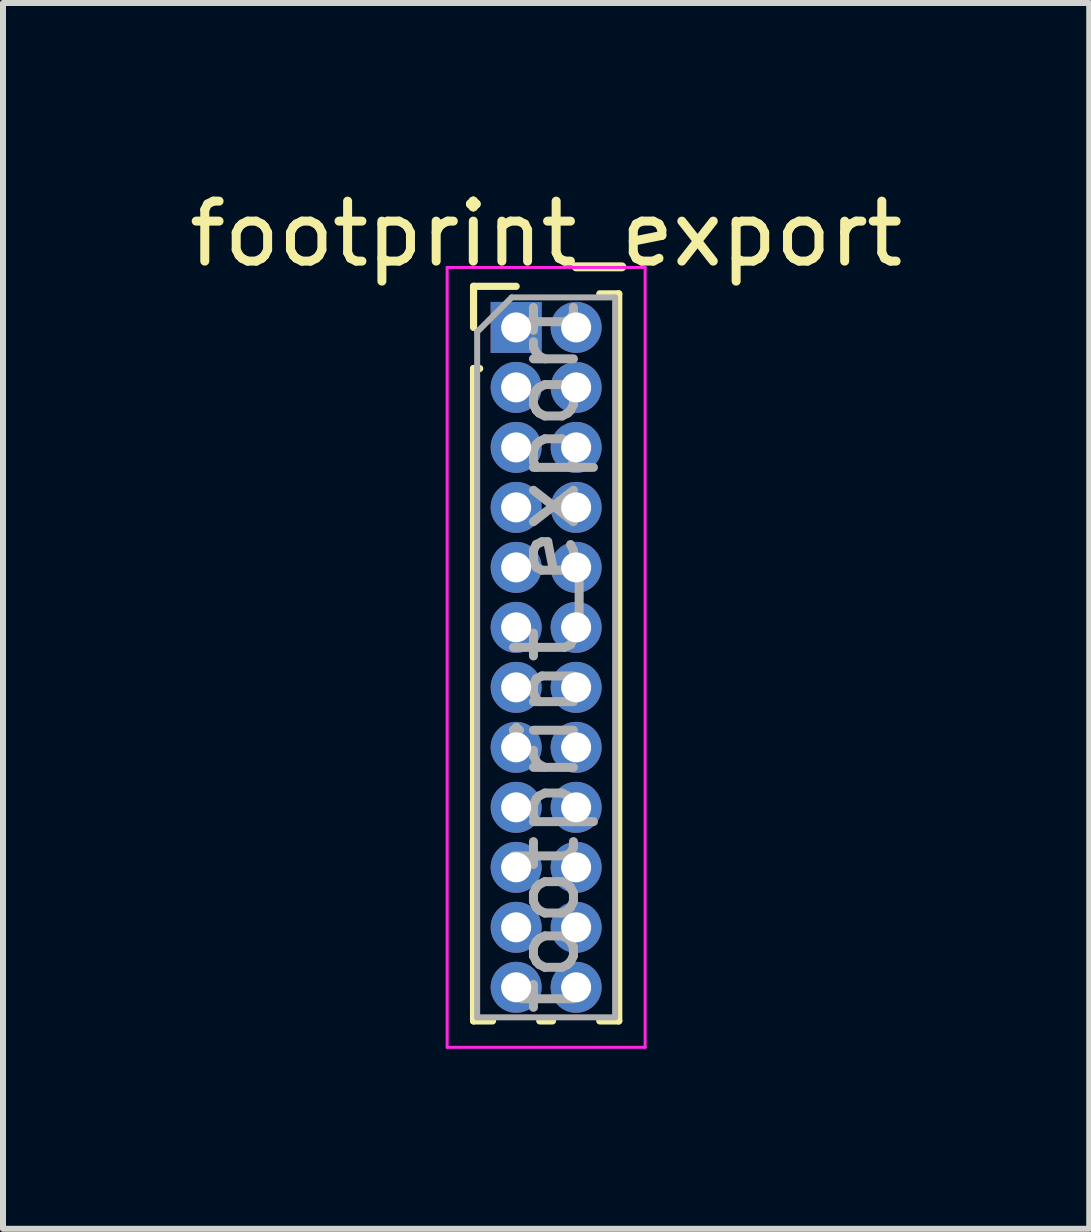
<source format=kicad_pcb>
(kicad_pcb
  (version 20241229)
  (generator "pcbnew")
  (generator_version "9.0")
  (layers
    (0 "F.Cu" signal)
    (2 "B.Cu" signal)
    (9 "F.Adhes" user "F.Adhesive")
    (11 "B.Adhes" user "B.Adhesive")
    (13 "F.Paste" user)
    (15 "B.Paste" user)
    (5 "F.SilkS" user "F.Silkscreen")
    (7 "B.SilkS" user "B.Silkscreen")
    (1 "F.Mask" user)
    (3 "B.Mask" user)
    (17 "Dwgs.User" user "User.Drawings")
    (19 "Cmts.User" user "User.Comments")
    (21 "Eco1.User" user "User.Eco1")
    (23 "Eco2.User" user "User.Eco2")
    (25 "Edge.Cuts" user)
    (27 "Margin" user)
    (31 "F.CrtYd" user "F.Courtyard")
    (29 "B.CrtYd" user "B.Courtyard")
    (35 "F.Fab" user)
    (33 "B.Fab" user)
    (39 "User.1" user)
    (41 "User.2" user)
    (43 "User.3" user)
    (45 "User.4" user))
  (footprint "footprint_export"
    (layer "F.Cu")
    (at 5.554 2.408)
    (property "Reference" "footprint_export" (at 0.5 -1.56 0) (layer "F.SilkS") (effects (font (size 1 1) (thickness 0.15))))
    (attr through_hole)
    (fp_line (start -0.71 -0.685) (end 0 -0.685) (stroke (width 0.12) (type solid)) (layer "F.SilkS"))
    (fp_line (start -0.71 0) (end -0.71 -0.685) (stroke (width 0.12) (type solid)) (layer "F.SilkS"))
    (fp_line (start -0.71 0.685) (end -0.71 11.56) (stroke (width 0.12) (type solid)) (layer "F.SilkS"))
    (fp_line (start -0.71 0.685) (end -0.608 0.685) (stroke (width 0.12) (type solid)) (layer "F.SilkS"))
    (fp_line (start -0.71 11.56) (end -0.394 11.56) (stroke (width 0.12) (type solid)) (layer "F.SilkS"))
    (fp_line (start 0.394 11.56) (end 0.606 11.56) (stroke (width 0.12) (type solid)) (layer "F.SilkS"))
    (fp_line (start 1.394 -0.56) (end 1.71 -0.56) (stroke (width 0.12) (type solid)) (layer "F.SilkS"))
    (fp_line (start 1.394 11.56) (end 1.71 11.56) (stroke (width 0.12) (type solid)) (layer "F.SilkS"))
    (fp_line (start 1.71 -0.56) (end 1.71 11.56) (stroke (width 0.12) (type solid)) (layer "F.SilkS"))
    (fp_line (start -1.15 -1) (end -1.15 12) (stroke (width 0.05) (type solid)) (layer "F.CrtYd"))
    (fp_line (start -1.15 12) (end 2.15 12) (stroke (width 0.05) (type solid)) (layer "F.CrtYd"))
    (fp_line (start 2.15 -1) (end -1.15 -1) (stroke (width 0.05) (type solid)) (layer "F.CrtYd"))
    (fp_line (start 2.15 12) (end 2.15 -1) (stroke (width 0.05) (type solid)) (layer "F.CrtYd"))
    (fp_line (start -0.65 0.075) (end -0.075 -0.5) (stroke (width 0.1) (type solid)) (layer "F.Fab"))
    (fp_line (start -0.65 11.5) (end -0.65 0.075) (stroke (width 0.1) (type solid)) (layer "F.Fab"))
    (fp_line (start -0.075 -0.5) (end 1.65 -0.5) (stroke (width 0.1) (type solid)) (layer "F.Fab"))
    (fp_line (start 1.65 -0.5) (end 1.65 11.5) (stroke (width 0.1) (type solid)) (layer "F.Fab"))
    (fp_line (start 1.65 11.5) (end -0.65 11.5) (stroke (width 0.1) (type solid)) (layer "F.Fab"))
    (fp_text user "${REFERENCE}" (at 0.5 5.5 90) (layer "F.Fab") (effects (font (size 1 1) (thickness 0.15))))
    (pad "1" thru_hole rect (at 0 0) (size 0.85 0.85) (drill 0.5) (layers "*.Cu" "*.Mask"))
    (pad "2" thru_hole oval (at 1 0) (size 0.85 0.85) (drill 0.5) (layers "*.Cu" "*.Mask"))
    (pad "3" thru_hole oval (at 0 1) (size 0.85 0.85) (drill 0.5) (layers "*.Cu" "*.Mask"))
    (pad "4" thru_hole oval (at 1 1) (size 0.85 0.85) (drill 0.5) (layers "*.Cu" "*.Mask"))
    (pad "5" thru_hole oval (at 0 2) (size 0.85 0.85) (drill 0.5) (layers "*.Cu" "*.Mask"))
    (pad "6" thru_hole oval (at 1 2) (size 0.85 0.85) (drill 0.5) (layers "*.Cu" "*.Mask"))
    (pad "7" thru_hole oval (at 0 3) (size 0.85 0.85) (drill 0.5) (layers "*.Cu" "*.Mask"))
    (pad "8" thru_hole oval (at 1 3) (size 0.85 0.85) (drill 0.5) (layers "*.Cu" "*.Mask"))
    (pad "9" thru_hole oval (at 0 4) (size 0.85 0.85) (drill 0.5) (layers "*.Cu" "*.Mask"))
    (pad "10" thru_hole oval (at 1 4) (size 0.85 0.85) (drill 0.5) (layers "*.Cu" "*.Mask"))
    (pad "11" thru_hole oval (at 0 5) (size 0.85 0.85) (drill 0.5) (layers "*.Cu" "*.Mask"))
    (pad "12" thru_hole oval (at 1 5) (size 0.85 0.85) (drill 0.5) (layers "*.Cu" "*.Mask"))
    (pad "13" thru_hole oval (at 0 6) (size 0.85 0.85) (drill 0.5) (layers "*.Cu" "*.Mask"))
    (pad "14" thru_hole oval (at 1 6) (size 0.85 0.85) (drill 0.5) (layers "*.Cu" "*.Mask"))
    (pad "15" thru_hole oval (at 0 7) (size 0.85 0.85) (drill 0.5) (layers "*.Cu" "*.Mask"))
    (pad "16" thru_hole oval (at 1 7) (size 0.85 0.85) (drill 0.5) (layers "*.Cu" "*.Mask"))
    (pad "17" thru_hole oval (at 0 8) (size 0.85 0.85) (drill 0.5) (layers "*.Cu" "*.Mask"))
    (pad "18" thru_hole oval (at 1 8) (size 0.85 0.85) (drill 0.5) (layers "*.Cu" "*.Mask"))
    (pad "19" thru_hole oval (at 0 9) (size 0.85 0.85) (drill 0.5) (layers "*.Cu" "*.Mask"))
    (pad "20" thru_hole oval (at 1 9) (size 0.85 0.85) (drill 0.5) (layers "*.Cu" "*.Mask"))
    (pad "21" thru_hole oval (at 0 10) (size 0.85 0.85) (drill 0.5) (layers "*.Cu" "*.Mask"))
    (pad "22" thru_hole oval (at 1 10) (size 0.85 0.85) (drill 0.5) (layers "*.Cu" "*.Mask"))
    (pad "23" thru_hole oval (at 0 11) (size 0.85 0.85) (drill 0.5) (layers "*.Cu" "*.Mask"))
    (pad "24" thru_hole oval (at 1 11) (size 0.85 0.85) (drill 0.5) (layers "*.Cu" "*.Mask")))
  (gr_rect
    (start -3 -3)
    (end 15.107 17.433)
    (stroke (width 0.1) (type default))
    (fill no)
    (layer "Edge.Cuts")))
</source>
